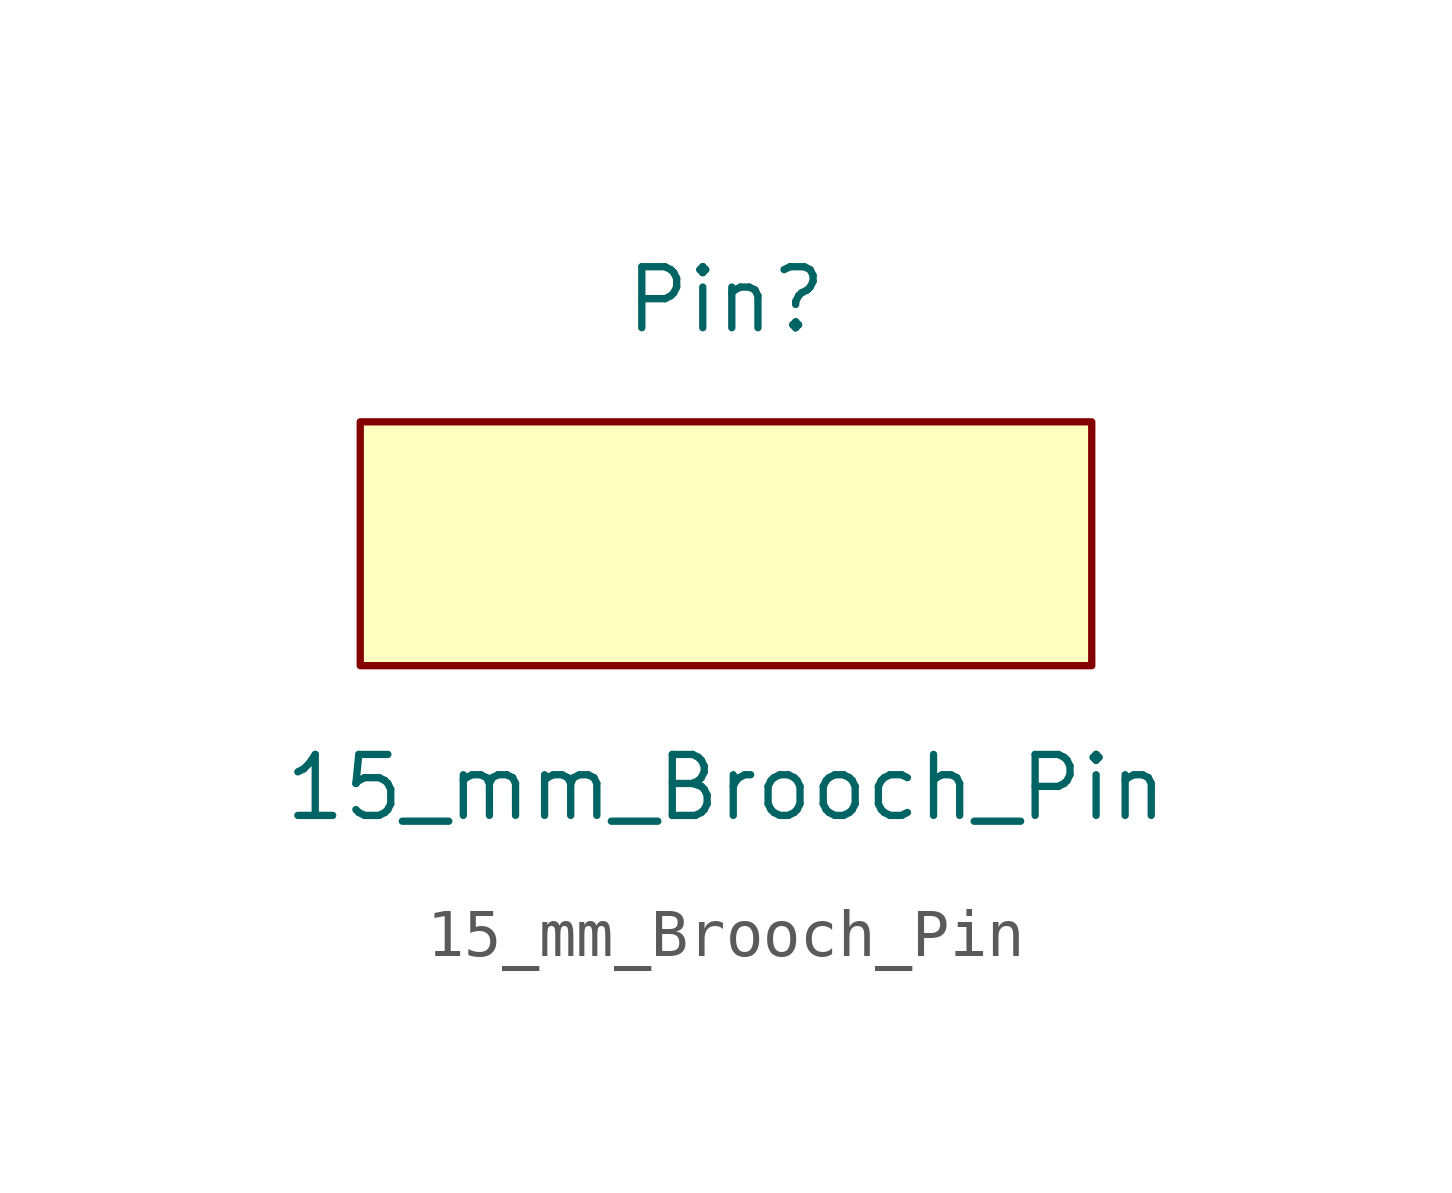
<source format=kicad_sym>
(kicad_symbol_lib
  (version 20211014)
  (generator kicad_symbol_editor)
  (symbol "15_mm_Brooch_Pin"
    (property "Reference" "Pin"
      (at 0 5.08 0)
      (effects (font (size 1.27 1.27))))
    (property "Value" "15_mm_Brooch_Pin"
      (at 0 -5.08 0)
      (effects (font (size 1.27 1.27))))
    (symbol "15_mm_Brooch_Pin_0_1"
      (rectangle (start -7.62 2.54) (end 7.62 -2.54) (stroke (width 0.152) (type default) (color 0 0 0 0)) (fill (type background))))))
</source>
